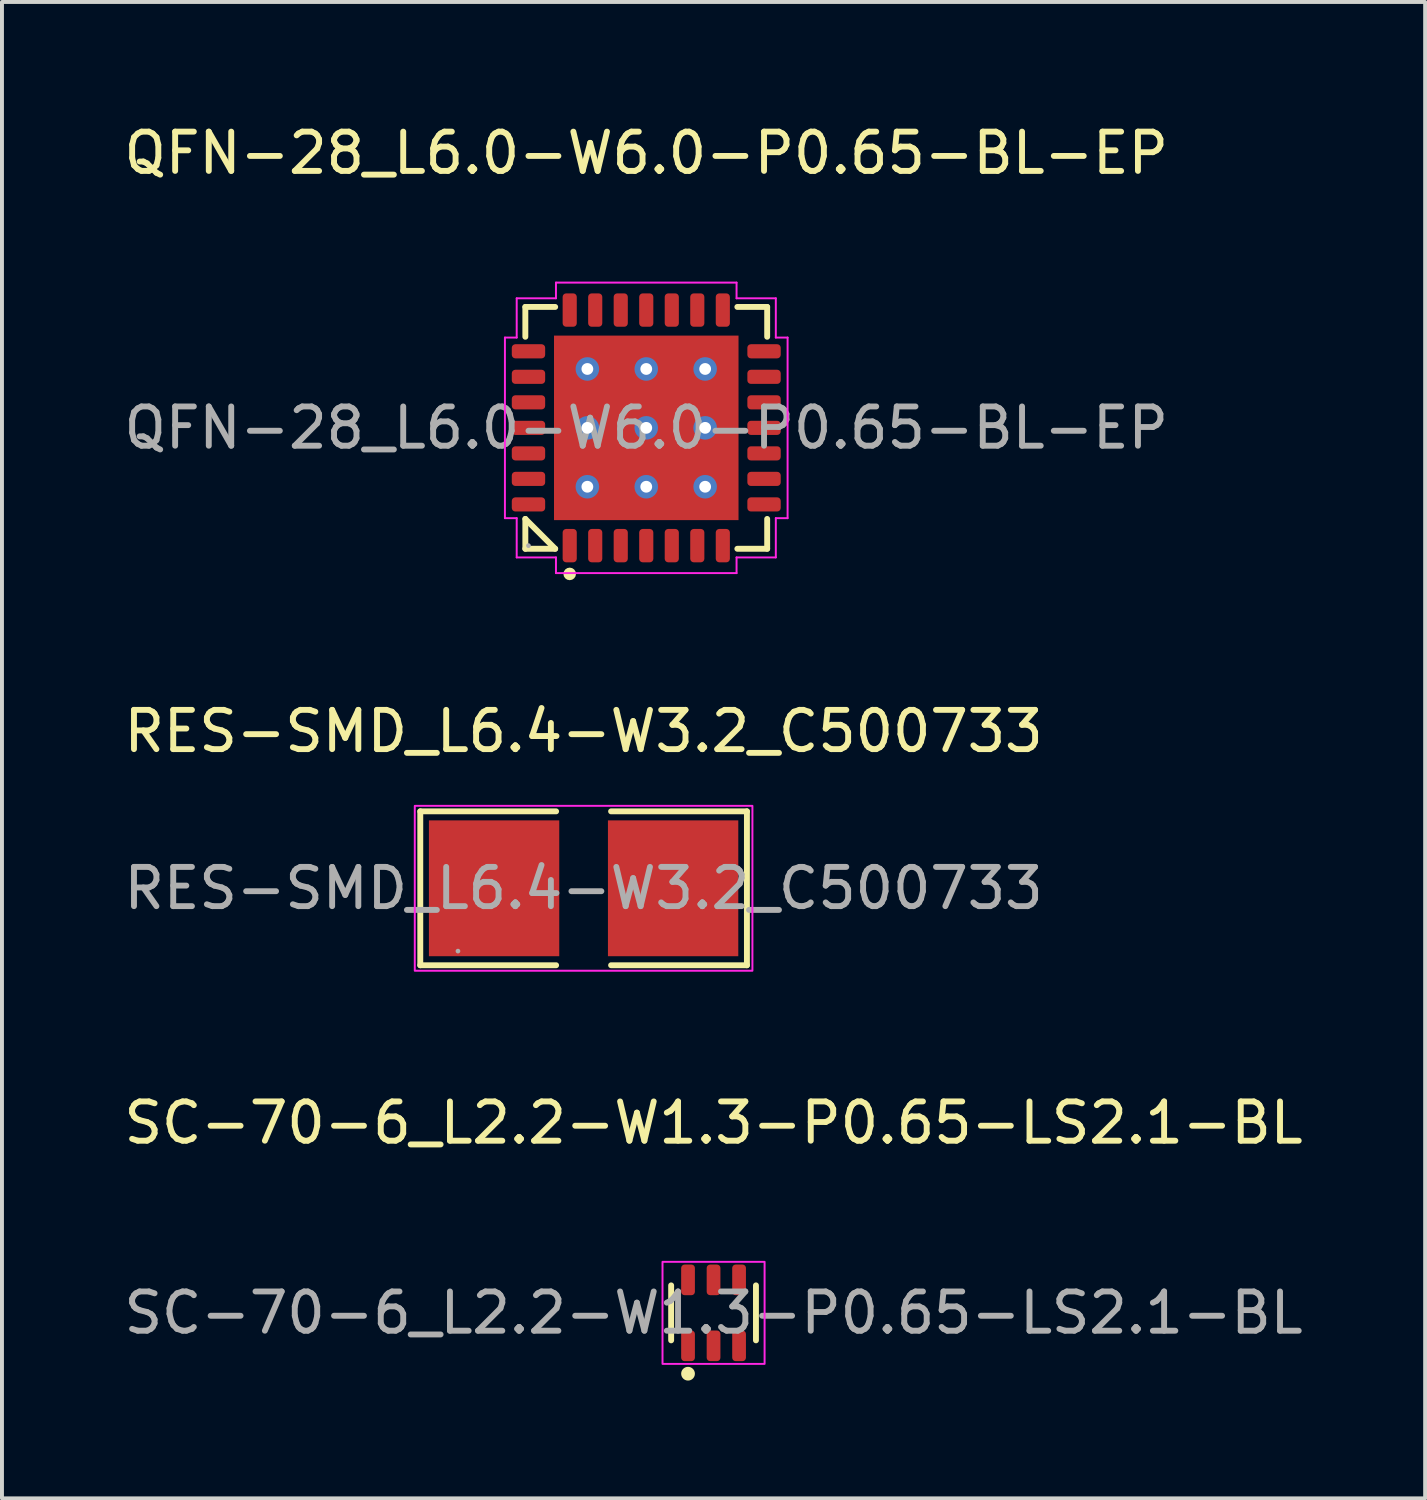
<source format=kicad_pcb>
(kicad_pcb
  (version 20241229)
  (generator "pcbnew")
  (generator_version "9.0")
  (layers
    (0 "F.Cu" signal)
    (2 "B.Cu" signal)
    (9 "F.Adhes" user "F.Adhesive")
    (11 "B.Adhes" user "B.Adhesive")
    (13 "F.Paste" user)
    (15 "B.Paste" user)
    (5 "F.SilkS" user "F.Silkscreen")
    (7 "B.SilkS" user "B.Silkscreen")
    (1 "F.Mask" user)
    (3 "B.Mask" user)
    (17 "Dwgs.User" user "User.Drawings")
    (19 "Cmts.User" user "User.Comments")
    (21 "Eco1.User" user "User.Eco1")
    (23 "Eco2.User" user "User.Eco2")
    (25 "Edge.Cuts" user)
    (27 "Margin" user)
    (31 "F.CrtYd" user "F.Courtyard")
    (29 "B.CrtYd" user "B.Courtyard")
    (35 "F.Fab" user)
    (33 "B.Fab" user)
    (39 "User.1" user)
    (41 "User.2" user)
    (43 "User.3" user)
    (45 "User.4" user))
  (footprint "QFN-28_L6.0-W6.0-P0.65-BL-EP"
    (layer "F.Cu")
    (at 13.411 7.848)
    (property "Reference" "QFN-28_L6.0-W6.0-P0.65-BL-EP" (at 0 -7 0) (layer "F.SilkS") (effects (font (size 1 1) (thickness 0.15))))
    (attr smd)
    (fp_line (start -3.08 -3.08) (end -2.32 -3.08) (stroke (width 0.15) (type solid)) (layer "F.SilkS"))
    (fp_line (start -3.08 -2.32) (end -3.08 -3.08) (stroke (width 0.15) (type solid)) (layer "F.SilkS"))
    (fp_line (start -3.08 2.32) (end -3.08 3.08) (stroke (width 0.15) (type solid)) (layer "F.SilkS"))
    (fp_line (start -3.08 2.32) (end -2.32 3.08) (stroke (width 0.15) (type default)) (layer "F.SilkS"))
    (fp_line (start -3.08 3.08) (end -2.32 3.08) (stroke (width 0.15) (type solid)) (layer "F.SilkS"))
    (fp_line (start 3.08 -3.08) (end 2.32 -3.08) (stroke (width 0.15) (type solid)) (layer "F.SilkS"))
    (fp_line (start 3.08 -2.32) (end 3.08 -3.08) (stroke (width 0.15) (type solid)) (layer "F.SilkS"))
    (fp_line (start 3.08 2.32) (end 3.08 3.08) (stroke (width 0.15) (type solid)) (layer "F.SilkS"))
    (fp_line (start 3.08 3.08) (end 2.32 3.08) (stroke (width 0.15) (type solid)) (layer "F.SilkS"))
    (fp_circle (center -1.95 3.72) (end -1.87 3.72) (stroke (width 0.16) (type solid)) (fill no) (layer "F.SilkS"))
    (fp_line (start -3.6 -2.3) (end -3.6 2.3) (stroke (width 0.05) (type default)) (layer "F.CrtYd"))
    (fp_line (start -3.6 2.3) (end -3.3 2.3) (stroke (width 0.05) (type default)) (layer "F.CrtYd"))
    (fp_line (start -3.3 -3.3) (end -3.3 -2.3) (stroke (width 0.05) (type default)) (layer "F.CrtYd"))
    (fp_line (start -3.3 -2.3) (end -3.6 -2.3) (stroke (width 0.05) (type default)) (layer "F.CrtYd"))
    (fp_line (start -3.3 2.3) (end -3.3 3.3) (stroke (width 0.05) (type default)) (layer "F.CrtYd"))
    (fp_line (start -3.3 3.3) (end -2.3 3.3) (stroke (width 0.05) (type default)) (layer "F.CrtYd"))
    (fp_line (start -2.3 -3.7) (end -2.3 -3.3) (stroke (width 0.05) (type default)) (layer "F.CrtYd"))
    (fp_line (start -2.3 -3.3) (end -3.3 -3.3) (stroke (width 0.05) (type default)) (layer "F.CrtYd"))
    (fp_line (start -2.3 3.3) (end -2.3 3.7) (stroke (width 0.05) (type default)) (layer "F.CrtYd"))
    (fp_line (start -2.3 3.7) (end 2.3 3.7) (stroke (width 0.05) (type default)) (layer "F.CrtYd"))
    (fp_line (start 2.3 -3.7) (end -2.3 -3.7) (stroke (width 0.05) (type default)) (layer "F.CrtYd"))
    (fp_line (start 2.3 -3.3) (end 2.3 -3.7) (stroke (width 0.05) (type default)) (layer "F.CrtYd"))
    (fp_line (start 2.3 3.3) (end 3.3 3.3) (stroke (width 0.05) (type default)) (layer "F.CrtYd"))
    (fp_line (start 2.3 3.7) (end 2.3 3.3) (stroke (width 0.05) (type default)) (layer "F.CrtYd"))
    (fp_line (start 3.3 -3.3) (end 2.3 -3.3) (stroke (width 0.05) (type default)) (layer "F.CrtYd"))
    (fp_line (start 3.3 -2.3) (end 3.3 -3.3) (stroke (width 0.05) (type default)) (layer "F.CrtYd"))
    (fp_line (start 3.3 2.3) (end 3.6 2.3) (stroke (width 0.05) (type default)) (layer "F.CrtYd"))
    (fp_line (start 3.3 3.3) (end 3.3 2.3) (stroke (width 0.05) (type default)) (layer "F.CrtYd"))
    (fp_line (start 3.6 -2.3) (end 3.3 -2.3) (stroke (width 0.05) (type default)) (layer "F.CrtYd"))
    (fp_line (start 3.6 2.3) (end 3.6 -2.3) (stroke (width 0.05) (type default)) (layer "F.CrtYd"))
    (fp_circle (center -3 3) (end -2.97 3) (stroke (width 0.06) (type solid)) (fill no) (layer "F.Fab"))
    (fp_text user "${REFERENCE}" (at 0 0 0) (layer "F.Fab") (effects (font (size 1 1) (thickness 0.15))))
    (pad "1" smd roundrect (at -1.95 3) (size 0.36 0.85) (layers "F.Cu" "F.Mask" "F.Paste") (roundrect_rratio 0.25))
    (pad "2" smd roundrect (at -1.3 3) (size 0.36 0.85) (layers "F.Cu" "F.Mask" "F.Paste") (roundrect_rratio 0.25))
    (pad "3" smd roundrect (at -0.65 3) (size 0.36 0.85) (layers "F.Cu" "F.Mask" "F.Paste") (roundrect_rratio 0.25))
    (pad "4" smd roundrect (at 0 3) (size 0.36 0.85) (layers "F.Cu" "F.Mask" "F.Paste") (roundrect_rratio 0.25))
    (pad "5" smd roundrect (at 0.65 3) (size 0.36 0.85) (layers "F.Cu" "F.Mask" "F.Paste") (roundrect_rratio 0.25))
    (pad "6" smd roundrect (at 1.3 3) (size 0.36 0.85) (layers "F.Cu" "F.Mask" "F.Paste") (roundrect_rratio 0.25))
    (pad "7" smd roundrect (at 1.95 3) (size 0.36 0.85) (layers "F.Cu" "F.Mask" "F.Paste") (roundrect_rratio 0.25))
    (pad "8" smd roundrect (at 3 1.95) (size 0.85 0.36) (layers "F.Cu" "F.Mask" "F.Paste") (roundrect_rratio 0.25))
    (pad "9" smd roundrect (at 3 1.3) (size 0.85 0.36) (layers "F.Cu" "F.Mask" "F.Paste") (roundrect_rratio 0.25))
    (pad "10" smd roundrect (at 3 0.65) (size 0.85 0.36) (layers "F.Cu" "F.Mask" "F.Paste") (roundrect_rratio 0.25))
    (pad "11" smd roundrect (at 3 0) (size 0.85 0.36) (layers "F.Cu" "F.Mask" "F.Paste") (roundrect_rratio 0.25))
    (pad "12" smd roundrect (at 3 -0.65) (size 0.85 0.36) (layers "F.Cu" "F.Mask" "F.Paste") (roundrect_rratio 0.25))
    (pad "13" smd roundrect (at 3 -1.3) (size 0.85 0.36) (layers "F.Cu" "F.Mask" "F.Paste") (roundrect_rratio 0.25))
    (pad "14" smd roundrect (at 3 -1.95) (size 0.85 0.36) (layers "F.Cu" "F.Mask" "F.Paste") (roundrect_rratio 0.25))
    (pad "15" smd roundrect (at 1.95 -3) (size 0.36 0.85) (layers "F.Cu" "F.Mask" "F.Paste") (roundrect_rratio 0.25))
    (pad "16" smd roundrect (at 1.3 -3) (size 0.36 0.85) (layers "F.Cu" "F.Mask" "F.Paste") (roundrect_rratio 0.25))
    (pad "17" smd roundrect (at 0.65 -3) (size 0.36 0.85) (layers "F.Cu" "F.Mask" "F.Paste") (roundrect_rratio 0.25))
    (pad "18" smd roundrect (at 0 -3) (size 0.36 0.85) (layers "F.Cu" "F.Mask" "F.Paste") (roundrect_rratio 0.25))
    (pad "19" smd roundrect (at -0.65 -3) (size 0.36 0.85) (layers "F.Cu" "F.Mask" "F.Paste") (roundrect_rratio 0.25))
    (pad "20" smd roundrect (at -1.3 -3) (size 0.36 0.85) (layers "F.Cu" "F.Mask" "F.Paste") (roundrect_rratio 0.25))
    (pad "21" smd roundrect (at -1.95 -3) (size 0.36 0.85) (layers "F.Cu" "F.Mask" "F.Paste") (roundrect_rratio 0.25))
    (pad "22" smd roundrect (at -3 -1.95) (size 0.85 0.36) (layers "F.Cu" "F.Mask" "F.Paste") (roundrect_rratio 0.25))
    (pad "23" smd roundrect (at -3 -1.3) (size 0.85 0.36) (layers "F.Cu" "F.Mask" "F.Paste") (roundrect_rratio 0.25))
    (pad "24" smd roundrect (at -3 -0.65) (size 0.85 0.36) (layers "F.Cu" "F.Mask" "F.Paste") (roundrect_rratio 0.25))
    (pad "25" smd roundrect (at -3 0) (size 0.85 0.36) (layers "F.Cu" "F.Mask" "F.Paste") (roundrect_rratio 0.25))
    (pad "26" smd roundrect (at -3 0.65) (size 0.85 0.36) (layers "F.Cu" "F.Mask" "F.Paste") (roundrect_rratio 0.25))
    (pad "27" smd roundrect (at -3 1.3) (size 0.85 0.36) (layers "F.Cu" "F.Mask" "F.Paste") (roundrect_rratio 0.25))
    (pad "28" smd roundrect (at -3 1.95) (size 0.85 0.36) (layers "F.Cu" "F.Mask" "F.Paste") (roundrect_rratio 0.25))
    (pad "29" thru_hole circle (at -1.5 -1.5) (size 0.6 0.6) (drill 0.3) (layers "*.Cu" "F.Mask"))
    (pad "29" thru_hole circle (at -1.5 0) (size 0.6 0.6) (drill 0.3) (layers "*.Cu" "F.Mask"))
    (pad "29" thru_hole circle (at -1.5 1.5) (size 0.6 0.6) (drill 0.3) (layers "*.Cu" "F.Mask"))
    (pad "29" thru_hole circle (at 0 -1.5) (size 0.6 0.6) (drill 0.3) (layers "*.Cu" "F.Mask"))
    (pad "29" thru_hole circle (at 0 0) (size 0.6 0.6) (drill 0.3) (layers "*.Cu" "F.Mask"))
    (pad "29" smd rect (at 0 0) (size 4.7 4.7) (layers "F.Cu" "F.Mask" "F.Paste"))
    (pad "29" thru_hole circle (at 0 1.5) (size 0.6 0.6) (drill 0.3) (layers "*.Cu" "F.Mask"))
    (pad "29" thru_hole circle (at 1.5 -1.5) (size 0.6 0.6) (drill 0.3) (layers "*.Cu" "F.Mask"))
    (pad "29" thru_hole circle (at 1.5 0) (size 0.6 0.6) (drill 0.3) (layers "*.Cu" "F.Mask"))
    (pad "29" thru_hole circle (at 1.5 1.5) (size 0.6 0.6) (drill 0.3) (layers "*.Cu" "F.Mask")))
  (footprint "SC-70-6_L2.2-W1.3-P0.65-LS2.1-BL"
    (layer "F.Cu")
    (at 15.125 30.39)
    (property "Reference" "SC-70-6_L2.2-W1.3-P0.65-LS2.1-BL" (at 0 -4.84 0) (layer "F.SilkS") (effects (font (size 1 1) (thickness 0.15))))
    (attr smd)
    (fp_line (start -1.08 0.7) (end -1.08 -0.7) (stroke (width 0.15) (type solid)) (layer "F.SilkS"))
    (fp_line (start 1.08 0.7) (end 1.08 -0.7) (stroke (width 0.15) (type solid)) (layer "F.SilkS"))
    (fp_circle (center -0.65 1.55) (end -0.5 1.55) (stroke (width 0.05) (type solid)) (fill yes) (layer "F.SilkS"))
    (fp_rect (start -1.3 -1.3) (end 1.3 1.3) (stroke (width 0.05) (type default)) (fill no) (layer "F.CrtYd"))
    (fp_text user "${REFERENCE}" (at 0 0 0) (layer "F.Fab") (effects (font (size 1 1) (thickness 0.15))))
    (pad "1" smd roundrect (at -0.65 0.84) (size 0.35 0.78) (layers "F.Cu" "F.Mask" "F.Paste") (roundrect_rratio 0.25))
    (pad "2" smd roundrect (at 0 0.84) (size 0.35 0.78) (layers "F.Cu" "F.Mask" "F.Paste") (roundrect_rratio 0.25))
    (pad "3" smd roundrect (at 0.65 0.84) (size 0.35 0.78) (layers "F.Cu" "F.Mask" "F.Paste") (roundrect_rratio 0.25))
    (pad "4" smd roundrect (at 0.65 -0.84) (size 0.35 0.78) (layers "F.Cu" "F.Mask" "F.Paste") (roundrect_rratio 0.25))
    (pad "5" smd roundrect (at 0 -0.84) (size 0.35 0.78) (layers "F.Cu" "F.Mask" "F.Paste") (roundrect_rratio 0.25))
    (pad "6" smd roundrect (at -0.65 -0.84) (size 0.35 0.78) (layers "F.Cu" "F.Mask" "F.Paste") (roundrect_rratio 0.25)))
  (footprint "RES-SMD_L6.4-W3.2_C500733"
    (layer "F.Cu")
    (at 11.815 19.576)
    (property "Reference" "RES-SMD_L6.4-W3.2_C500733" (at 0 -4 0) (layer "F.SilkS") (effects (font (size 1 1) (thickness 0.15))))
    (attr smd)
    (fp_line (start -4.16 -1.96) (end -4.16 1.96) (stroke (width 0.15) (type solid)) (layer "F.SilkS"))
    (fp_line (start -4.16 1.96) (end -0.7 1.96) (stroke (width 0.15) (type solid)) (layer "F.SilkS"))
    (fp_line (start -0.7 -1.96) (end -4.16 -1.96) (stroke (width 0.15) (type solid)) (layer "F.SilkS"))
    (fp_line (start 0.7 -1.96) (end 4.16 -1.96) (stroke (width 0.15) (type solid)) (layer "F.SilkS"))
    (fp_line (start 4.16 -1.96) (end 4.16 1.96) (stroke (width 0.15) (type solid)) (layer "F.SilkS"))
    (fp_line (start 4.16 1.96) (end 0.7 1.96) (stroke (width 0.15) (type solid)) (layer "F.SilkS"))
    (fp_rect (start -4.3 -2.1) (end 4.3 2.1) (stroke (width 0.05) (type default)) (fill no) (layer "F.CrtYd"))
    (fp_circle (center -3.2 1.6) (end -3.17 1.6) (stroke (width 0.06) (type solid)) (fill no) (layer "F.Fab"))
    (fp_text user "${REFERENCE}" (at 0 0 0) (layer "F.Fab") (effects (font (size 1 1) (thickness 0.15))))
    (pad "1" smd rect (at -2.28 0) (size 3.32 3.46) (layers "F.Cu" "F.Mask" "F.Paste"))
    (pad "2" smd rect (at 2.28 0) (size 3.32 3.46) (layers "F.Cu" "F.Mask" "F.Paste")))
  (gr_rect
    (start -3 -3)
    (end 33.25 35.115)
    (stroke (width 0.1) (type default))
    (fill no)
    (layer "Edge.Cuts")))
</source>
